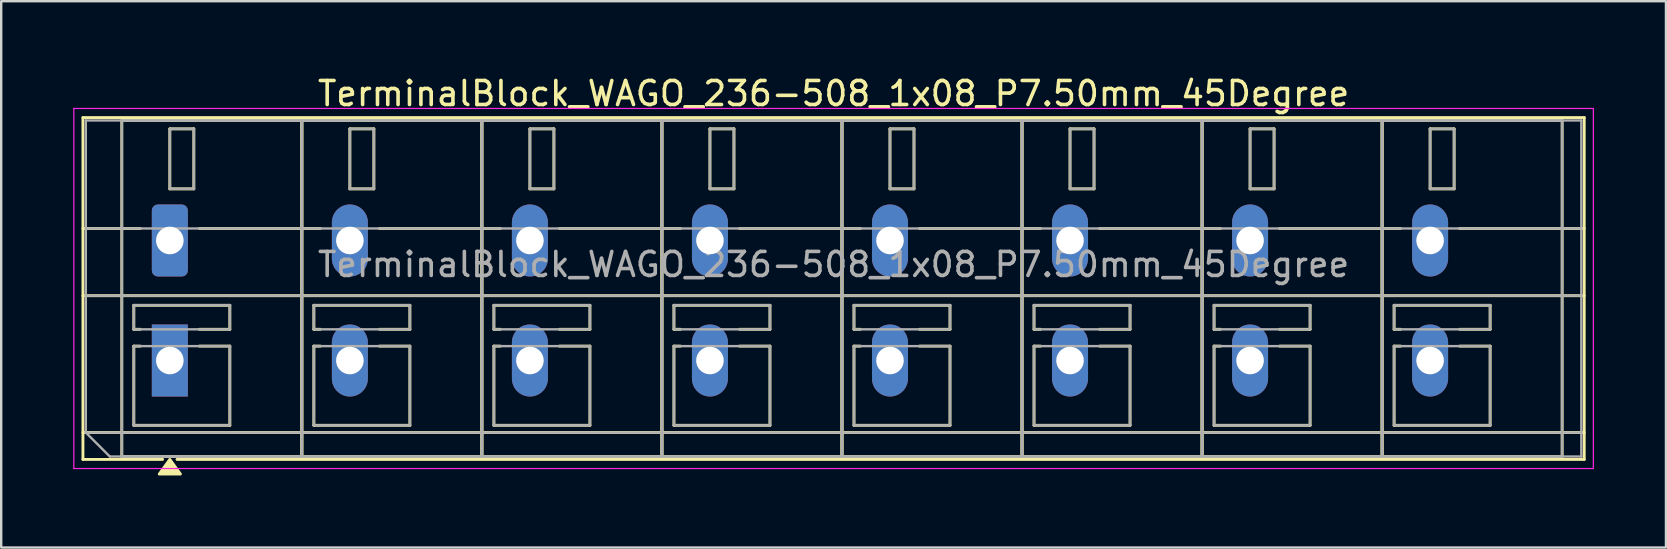
<source format=kicad_pcb>
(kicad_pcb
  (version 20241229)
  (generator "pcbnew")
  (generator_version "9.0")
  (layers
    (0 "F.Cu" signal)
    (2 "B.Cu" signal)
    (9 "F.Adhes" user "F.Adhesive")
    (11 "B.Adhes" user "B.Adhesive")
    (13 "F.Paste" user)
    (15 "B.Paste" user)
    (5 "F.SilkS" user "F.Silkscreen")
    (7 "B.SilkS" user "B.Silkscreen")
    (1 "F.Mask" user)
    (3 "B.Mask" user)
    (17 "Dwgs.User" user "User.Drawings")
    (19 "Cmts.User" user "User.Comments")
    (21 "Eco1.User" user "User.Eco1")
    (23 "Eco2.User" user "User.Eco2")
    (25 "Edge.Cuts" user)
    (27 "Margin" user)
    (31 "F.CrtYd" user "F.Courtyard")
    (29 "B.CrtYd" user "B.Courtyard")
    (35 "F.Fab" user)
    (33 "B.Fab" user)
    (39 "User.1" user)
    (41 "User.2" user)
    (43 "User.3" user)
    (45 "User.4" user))
  (footprint "TerminalBlock_WAGO_236-508_1x08_P7.50mm_45Degree"
    (layer "F.Cu")
    (at 4.025 6.968)
    (property "Reference" "TerminalBlock_WAGO_236-508_1x08_P7.50mm_45Degree" (at 27.65 -6.12 0) (layer "F.SilkS") (effects (font (size 1 1) (thickness 0.15))))
    (attr through_hole)
    (fp_line (start -3.62 -5.12) (end -3.62 9.12) (stroke (width 0.12) (type solid)) (layer "F.SilkS"))
    (fp_line (start -3.62 -5.12) (end 58.92 -5.12) (stroke (width 0.12) (type solid)) (layer "F.SilkS"))
    (fp_line (start -3.62 -0.5) (end -1.23 -0.5) (stroke (width 0.12) (type solid)) (layer "F.SilkS"))
    (fp_line (start -3.62 2.3) (end 58.92 2.3) (stroke (width 0.12) (type solid)) (layer "F.SilkS"))
    (fp_line (start -3.62 8) (end 58.92 8) (stroke (width 0.12) (type solid)) (layer "F.SilkS"))
    (fp_line (start -3.62 9.12) (end -0.3 9.12) (stroke (width 0.12) (type solid)) (layer "F.SilkS"))
    (fp_line (start -2 -5) (end -2 9) (stroke (width 0.12) (type solid)) (layer "F.SilkS"))
    (fp_line (start -2 -5) (end 5.5 -5) (stroke (width 0.12) (type solid)) (layer "F.SilkS"))
    (fp_line (start -2 9) (end 5.5 9) (stroke (width 0.12) (type solid)) (layer "F.SilkS"))
    (fp_line (start -1.5 2.7) (end -1.5 3.7) (stroke (width 0.12) (type solid)) (layer "F.SilkS"))
    (fp_line (start -1.5 2.7) (end 2.5 2.7) (stroke (width 0.12) (type solid)) (layer "F.SilkS"))
    (fp_line (start -1.5 3.7) (end -1.23 3.7) (stroke (width 0.12) (type solid)) (layer "F.SilkS"))
    (fp_line (start -1.5 4.4) (end -1.5 7.7) (stroke (width 0.12) (type solid)) (layer "F.SilkS"))
    (fp_line (start -1.5 4.4) (end -1.23 4.4) (stroke (width 0.12) (type solid)) (layer "F.SilkS"))
    (fp_line (start -1.5 7.7) (end 2.5 7.7) (stroke (width 0.12) (type solid)) (layer "F.SilkS"))
    (fp_line (start 0 -4.65) (end 0 -2.15) (stroke (width 0.12) (type solid)) (layer "F.SilkS"))
    (fp_line (start 0 -4.65) (end 1 -4.65) (stroke (width 0.12) (type solid)) (layer "F.SilkS"))
    (fp_line (start 0 -2.15) (end 1 -2.15) (stroke (width 0.12) (type solid)) (layer "F.SilkS"))
    (fp_line (start 0.3 9.12) (end 58.92 9.12) (stroke (width 0.12) (type solid)) (layer "F.SilkS"))
    (fp_line (start 1 -4.65) (end 1 -2.15) (stroke (width 0.12) (type solid)) (layer "F.SilkS"))
    (fp_line (start 1.23 -0.5) (end 6.27 -0.5) (stroke (width 0.12) (type solid)) (layer "F.SilkS"))
    (fp_line (start 1.23 3.7) (end 2.5 3.7) (stroke (width 0.12) (type solid)) (layer "F.SilkS"))
    (fp_line (start 1.23 4.4) (end 2.5 4.4) (stroke (width 0.12) (type solid)) (layer "F.SilkS"))
    (fp_line (start 2.5 2.7) (end 2.5 3.7) (stroke (width 0.12) (type solid)) (layer "F.SilkS"))
    (fp_line (start 2.5 4.4) (end 2.5 7.7) (stroke (width 0.12) (type solid)) (layer "F.SilkS"))
    (fp_line (start 5.5 -5) (end 5.5 9) (stroke (width 0.12) (type solid)) (layer "F.SilkS"))
    (fp_line (start 5.5 -5) (end 5.5 9) (stroke (width 0.12) (type solid)) (layer "F.SilkS"))
    (fp_line (start 5.5 -5) (end 13 -5) (stroke (width 0.12) (type solid)) (layer "F.SilkS"))
    (fp_line (start 5.5 9) (end 13 9) (stroke (width 0.12) (type solid)) (layer "F.SilkS"))
    (fp_line (start 6 2.7) (end 6 3.7) (stroke (width 0.12) (type solid)) (layer "F.SilkS"))
    (fp_line (start 6 2.7) (end 10 2.7) (stroke (width 0.12) (type solid)) (layer "F.SilkS"))
    (fp_line (start 6 3.7) (end 6.27 3.7) (stroke (width 0.12) (type solid)) (layer "F.SilkS"))
    (fp_line (start 6 4.4) (end 6 7.7) (stroke (width 0.12) (type solid)) (layer "F.SilkS"))
    (fp_line (start 6 4.4) (end 6.27 4.4) (stroke (width 0.12) (type solid)) (layer "F.SilkS"))
    (fp_line (start 6 7.7) (end 10 7.7) (stroke (width 0.12) (type solid)) (layer "F.SilkS"))
    (fp_line (start 7.5 -4.65) (end 7.5 -2.15) (stroke (width 0.12) (type solid)) (layer "F.SilkS"))
    (fp_line (start 7.5 -4.65) (end 8.5 -4.65) (stroke (width 0.12) (type solid)) (layer "F.SilkS"))
    (fp_line (start 7.5 -2.15) (end 8.5 -2.15) (stroke (width 0.12) (type solid)) (layer "F.SilkS"))
    (fp_line (start 8.5 -4.65) (end 8.5 -2.15) (stroke (width 0.12) (type solid)) (layer "F.SilkS"))
    (fp_line (start 8.73 -0.5) (end 13.77 -0.5) (stroke (width 0.12) (type solid)) (layer "F.SilkS"))
    (fp_line (start 8.73 3.7) (end 10 3.7) (stroke (width 0.12) (type solid)) (layer "F.SilkS"))
    (fp_line (start 8.73 4.4) (end 10 4.4) (stroke (width 0.12) (type solid)) (layer "F.SilkS"))
    (fp_line (start 10 2.7) (end 10 3.7) (stroke (width 0.12) (type solid)) (layer "F.SilkS"))
    (fp_line (start 10 4.4) (end 10 7.7) (stroke (width 0.12) (type solid)) (layer "F.SilkS"))
    (fp_line (start 13 -5) (end 13 9) (stroke (width 0.12) (type solid)) (layer "F.SilkS"))
    (fp_line (start 13 -5) (end 13 9) (stroke (width 0.12) (type solid)) (layer "F.SilkS"))
    (fp_line (start 13 -5) (end 20.5 -5) (stroke (width 0.12) (type solid)) (layer "F.SilkS"))
    (fp_line (start 13 9) (end 20.5 9) (stroke (width 0.12) (type solid)) (layer "F.SilkS"))
    (fp_line (start 13.5 2.7) (end 13.5 3.7) (stroke (width 0.12) (type solid)) (layer "F.SilkS"))
    (fp_line (start 13.5 2.7) (end 17.5 2.7) (stroke (width 0.12) (type solid)) (layer "F.SilkS"))
    (fp_line (start 13.5 3.7) (end 13.77 3.7) (stroke (width 0.12) (type solid)) (layer "F.SilkS"))
    (fp_line (start 13.5 4.4) (end 13.5 7.7) (stroke (width 0.12) (type solid)) (layer "F.SilkS"))
    (fp_line (start 13.5 4.4) (end 13.77 4.4) (stroke (width 0.12) (type solid)) (layer "F.SilkS"))
    (fp_line (start 13.5 7.7) (end 17.5 7.7) (stroke (width 0.12) (type solid)) (layer "F.SilkS"))
    (fp_line (start 15 -4.65) (end 15 -2.15) (stroke (width 0.12) (type solid)) (layer "F.SilkS"))
    (fp_line (start 15 -4.65) (end 16 -4.65) (stroke (width 0.12) (type solid)) (layer "F.SilkS"))
    (fp_line (start 15 -2.15) (end 16 -2.15) (stroke (width 0.12) (type solid)) (layer "F.SilkS"))
    (fp_line (start 16 -4.65) (end 16 -2.15) (stroke (width 0.12) (type solid)) (layer "F.SilkS"))
    (fp_line (start 16.23 -0.5) (end 21.27 -0.5) (stroke (width 0.12) (type solid)) (layer "F.SilkS"))
    (fp_line (start 16.23 3.7) (end 17.5 3.7) (stroke (width 0.12) (type solid)) (layer "F.SilkS"))
    (fp_line (start 16.23 4.4) (end 17.5 4.4) (stroke (width 0.12) (type solid)) (layer "F.SilkS"))
    (fp_line (start 17.5 2.7) (end 17.5 3.7) (stroke (width 0.12) (type solid)) (layer "F.SilkS"))
    (fp_line (start 17.5 4.4) (end 17.5 7.7) (stroke (width 0.12) (type solid)) (layer "F.SilkS"))
    (fp_line (start 20.5 -5) (end 20.5 9) (stroke (width 0.12) (type solid)) (layer "F.SilkS"))
    (fp_line (start 20.5 -5) (end 20.5 9) (stroke (width 0.12) (type solid)) (layer "F.SilkS"))
    (fp_line (start 20.5 -5) (end 28 -5) (stroke (width 0.12) (type solid)) (layer "F.SilkS"))
    (fp_line (start 20.5 9) (end 28 9) (stroke (width 0.12) (type solid)) (layer "F.SilkS"))
    (fp_line (start 21 2.7) (end 21 3.7) (stroke (width 0.12) (type solid)) (layer "F.SilkS"))
    (fp_line (start 21 2.7) (end 25 2.7) (stroke (width 0.12) (type solid)) (layer "F.SilkS"))
    (fp_line (start 21 3.7) (end 21.27 3.7) (stroke (width 0.12) (type solid)) (layer "F.SilkS"))
    (fp_line (start 21 4.4) (end 21 7.7) (stroke (width 0.12) (type solid)) (layer "F.SilkS"))
    (fp_line (start 21 4.4) (end 21.27 4.4) (stroke (width 0.12) (type solid)) (layer "F.SilkS"))
    (fp_line (start 21 7.7) (end 25 7.7) (stroke (width 0.12) (type solid)) (layer "F.SilkS"))
    (fp_line (start 22.5 -4.65) (end 22.5 -2.15) (stroke (width 0.12) (type solid)) (layer "F.SilkS"))
    (fp_line (start 22.5 -4.65) (end 23.5 -4.65) (stroke (width 0.12) (type solid)) (layer "F.SilkS"))
    (fp_line (start 22.5 -2.15) (end 23.5 -2.15) (stroke (width 0.12) (type solid)) (layer "F.SilkS"))
    (fp_line (start 23.5 -4.65) (end 23.5 -2.15) (stroke (width 0.12) (type solid)) (layer "F.SilkS"))
    (fp_line (start 23.73 -0.5) (end 28.77 -0.5) (stroke (width 0.12) (type solid)) (layer "F.SilkS"))
    (fp_line (start 23.73 3.7) (end 25 3.7) (stroke (width 0.12) (type solid)) (layer "F.SilkS"))
    (fp_line (start 23.73 4.4) (end 25 4.4) (stroke (width 0.12) (type solid)) (layer "F.SilkS"))
    (fp_line (start 25 2.7) (end 25 3.7) (stroke (width 0.12) (type solid)) (layer "F.SilkS"))
    (fp_line (start 25 4.4) (end 25 7.7) (stroke (width 0.12) (type solid)) (layer "F.SilkS"))
    (fp_line (start 28 -5) (end 28 9) (stroke (width 0.12) (type solid)) (layer "F.SilkS"))
    (fp_line (start 28 -5) (end 28 9) (stroke (width 0.12) (type solid)) (layer "F.SilkS"))
    (fp_line (start 28 -5) (end 35.5 -5) (stroke (width 0.12) (type solid)) (layer "F.SilkS"))
    (fp_line (start 28 9) (end 35.5 9) (stroke (width 0.12) (type solid)) (layer "F.SilkS"))
    (fp_line (start 28.5 2.7) (end 28.5 3.7) (stroke (width 0.12) (type solid)) (layer "F.SilkS"))
    (fp_line (start 28.5 2.7) (end 32.5 2.7) (stroke (width 0.12) (type solid)) (layer "F.SilkS"))
    (fp_line (start 28.5 3.7) (end 28.77 3.7) (stroke (width 0.12) (type solid)) (layer "F.SilkS"))
    (fp_line (start 28.5 4.4) (end 28.5 7.7) (stroke (width 0.12) (type solid)) (layer "F.SilkS"))
    (fp_line (start 28.5 4.4) (end 28.77 4.4) (stroke (width 0.12) (type solid)) (layer "F.SilkS"))
    (fp_line (start 28.5 7.7) (end 32.5 7.7) (stroke (width 0.12) (type solid)) (layer "F.SilkS"))
    (fp_line (start 30 -4.65) (end 30 -2.15) (stroke (width 0.12) (type solid)) (layer "F.SilkS"))
    (fp_line (start 30 -4.65) (end 31 -4.65) (stroke (width 0.12) (type solid)) (layer "F.SilkS"))
    (fp_line (start 30 -2.15) (end 31 -2.15) (stroke (width 0.12) (type solid)) (layer "F.SilkS"))
    (fp_line (start 31 -4.65) (end 31 -2.15) (stroke (width 0.12) (type solid)) (layer "F.SilkS"))
    (fp_line (start 31.23 -0.5) (end 36.27 -0.5) (stroke (width 0.12) (type solid)) (layer "F.SilkS"))
    (fp_line (start 31.23 3.7) (end 32.5 3.7) (stroke (width 0.12) (type solid)) (layer "F.SilkS"))
    (fp_line (start 31.23 4.4) (end 32.5 4.4) (stroke (width 0.12) (type solid)) (layer "F.SilkS"))
    (fp_line (start 32.5 2.7) (end 32.5 3.7) (stroke (width 0.12) (type solid)) (layer "F.SilkS"))
    (fp_line (start 32.5 4.4) (end 32.5 7.7) (stroke (width 0.12) (type solid)) (layer "F.SilkS"))
    (fp_line (start 35.5 -5) (end 35.5 9) (stroke (width 0.12) (type solid)) (layer "F.SilkS"))
    (fp_line (start 35.5 -5) (end 35.5 9) (stroke (width 0.12) (type solid)) (layer "F.SilkS"))
    (fp_line (start 35.5 -5) (end 43 -5) (stroke (width 0.12) (type solid)) (layer "F.SilkS"))
    (fp_line (start 35.5 9) (end 43 9) (stroke (width 0.12) (type solid)) (layer "F.SilkS"))
    (fp_line (start 36 2.7) (end 36 3.7) (stroke (width 0.12) (type solid)) (layer "F.SilkS"))
    (fp_line (start 36 2.7) (end 40 2.7) (stroke (width 0.12) (type solid)) (layer "F.SilkS"))
    (fp_line (start 36 3.7) (end 36.27 3.7) (stroke (width 0.12) (type solid)) (layer "F.SilkS"))
    (fp_line (start 36 4.4) (end 36 7.7) (stroke (width 0.12) (type solid)) (layer "F.SilkS"))
    (fp_line (start 36 4.4) (end 36.27 4.4) (stroke (width 0.12) (type solid)) (layer "F.SilkS"))
    (fp_line (start 36 7.7) (end 40 7.7) (stroke (width 0.12) (type solid)) (layer "F.SilkS"))
    (fp_line (start 37.5 -4.65) (end 37.5 -2.15) (stroke (width 0.12) (type solid)) (layer "F.SilkS"))
    (fp_line (start 37.5 -4.65) (end 38.5 -4.65) (stroke (width 0.12) (type solid)) (layer "F.SilkS"))
    (fp_line (start 37.5 -2.15) (end 38.5 -2.15) (stroke (width 0.12) (type solid)) (layer "F.SilkS"))
    (fp_line (start 38.5 -4.65) (end 38.5 -2.15) (stroke (width 0.12) (type solid)) (layer "F.SilkS"))
    (fp_line (start 38.73 -0.5) (end 43.77 -0.5) (stroke (width 0.12) (type solid)) (layer "F.SilkS"))
    (fp_line (start 38.73 3.7) (end 40 3.7) (stroke (width 0.12) (type solid)) (layer "F.SilkS"))
    (fp_line (start 38.73 4.4) (end 40 4.4) (stroke (width 0.12) (type solid)) (layer "F.SilkS"))
    (fp_line (start 40 2.7) (end 40 3.7) (stroke (width 0.12) (type solid)) (layer "F.SilkS"))
    (fp_line (start 40 4.4) (end 40 7.7) (stroke (width 0.12) (type solid)) (layer "F.SilkS"))
    (fp_line (start 43 -5) (end 43 9) (stroke (width 0.12) (type solid)) (layer "F.SilkS"))
    (fp_line (start 43 -5) (end 43 9) (stroke (width 0.12) (type solid)) (layer "F.SilkS"))
    (fp_line (start 43 -5) (end 50.5 -5) (stroke (width 0.12) (type solid)) (layer "F.SilkS"))
    (fp_line (start 43 9) (end 50.5 9) (stroke (width 0.12) (type solid)) (layer "F.SilkS"))
    (fp_line (start 43.5 2.7) (end 43.5 3.7) (stroke (width 0.12) (type solid)) (layer "F.SilkS"))
    (fp_line (start 43.5 2.7) (end 47.5 2.7) (stroke (width 0.12) (type solid)) (layer "F.SilkS"))
    (fp_line (start 43.5 3.7) (end 43.77 3.7) (stroke (width 0.12) (type solid)) (layer "F.SilkS"))
    (fp_line (start 43.5 4.4) (end 43.5 7.7) (stroke (width 0.12) (type solid)) (layer "F.SilkS"))
    (fp_line (start 43.5 4.4) (end 43.77 4.4) (stroke (width 0.12) (type solid)) (layer "F.SilkS"))
    (fp_line (start 43.5 7.7) (end 47.5 7.7) (stroke (width 0.12) (type solid)) (layer "F.SilkS"))
    (fp_line (start 45 -4.65) (end 45 -2.15) (stroke (width 0.12) (type solid)) (layer "F.SilkS"))
    (fp_line (start 45 -4.65) (end 46 -4.65) (stroke (width 0.12) (type solid)) (layer "F.SilkS"))
    (fp_line (start 45 -2.15) (end 46 -2.15) (stroke (width 0.12) (type solid)) (layer "F.SilkS"))
    (fp_line (start 46 -4.65) (end 46 -2.15) (stroke (width 0.12) (type solid)) (layer "F.SilkS"))
    (fp_line (start 46.23 -0.5) (end 51.27 -0.5) (stroke (width 0.12) (type solid)) (layer "F.SilkS"))
    (fp_line (start 46.23 3.7) (end 47.5 3.7) (stroke (width 0.12) (type solid)) (layer "F.SilkS"))
    (fp_line (start 46.23 4.4) (end 47.5 4.4) (stroke (width 0.12) (type solid)) (layer "F.SilkS"))
    (fp_line (start 47.5 2.7) (end 47.5 3.7) (stroke (width 0.12) (type solid)) (layer "F.SilkS"))
    (fp_line (start 47.5 4.4) (end 47.5 7.7) (stroke (width 0.12) (type solid)) (layer "F.SilkS"))
    (fp_line (start 50.5 -5) (end 50.5 9) (stroke (width 0.12) (type solid)) (layer "F.SilkS"))
    (fp_line (start 50.5 -5) (end 50.5 9) (stroke (width 0.12) (type solid)) (layer "F.SilkS"))
    (fp_line (start 50.5 -5) (end 58 -5) (stroke (width 0.12) (type solid)) (layer "F.SilkS"))
    (fp_line (start 50.5 9) (end 58 9) (stroke (width 0.12) (type solid)) (layer "F.SilkS"))
    (fp_line (start 51 2.7) (end 51 3.7) (stroke (width 0.12) (type solid)) (layer "F.SilkS"))
    (fp_line (start 51 2.7) (end 55 2.7) (stroke (width 0.12) (type solid)) (layer "F.SilkS"))
    (fp_line (start 51 3.7) (end 51.27 3.7) (stroke (width 0.12) (type solid)) (layer "F.SilkS"))
    (fp_line (start 51 4.4) (end 51 7.7) (stroke (width 0.12) (type solid)) (layer "F.SilkS"))
    (fp_line (start 51 4.4) (end 51.27 4.4) (stroke (width 0.12) (type solid)) (layer "F.SilkS"))
    (fp_line (start 51 7.7) (end 55 7.7) (stroke (width 0.12) (type solid)) (layer "F.SilkS"))
    (fp_line (start 52.5 -4.65) (end 52.5 -2.15) (stroke (width 0.12) (type solid)) (layer "F.SilkS"))
    (fp_line (start 52.5 -4.65) (end 53.5 -4.65) (stroke (width 0.12) (type solid)) (layer "F.SilkS"))
    (fp_line (start 52.5 -2.15) (end 53.5 -2.15) (stroke (width 0.12) (type solid)) (layer "F.SilkS"))
    (fp_line (start 53.5 -4.65) (end 53.5 -2.15) (stroke (width 0.12) (type solid)) (layer "F.SilkS"))
    (fp_line (start 53.73 -0.5) (end 58.92 -0.5) (stroke (width 0.12) (type solid)) (layer "F.SilkS"))
    (fp_line (start 53.73 3.7) (end 55 3.7) (stroke (width 0.12) (type solid)) (layer "F.SilkS"))
    (fp_line (start 53.73 4.4) (end 55 4.4) (stroke (width 0.12) (type solid)) (layer "F.SilkS"))
    (fp_line (start 55 2.7) (end 55 3.7) (stroke (width 0.12) (type solid)) (layer "F.SilkS"))
    (fp_line (start 55 4.4) (end 55 7.7) (stroke (width 0.12) (type solid)) (layer "F.SilkS"))
    (fp_line (start 58 -5) (end 58 9) (stroke (width 0.12) (type solid)) (layer "F.SilkS"))
    (fp_line (start 58.92 -5.12) (end 58.92 9.12) (stroke (width 0.12) (type solid)) (layer "F.SilkS"))
    (fp_poly (pts (xy 0 9.12) (xy 0.44 9.73) (xy -0.44 9.73)) (stroke (width 0.12) (type solid)) (fill yes) (layer "F.SilkS"))
    (fp_line (start -4 -5.5) (end -4 9.5) (stroke (width 0.05) (type solid)) (layer "F.CrtYd"))
    (fp_line (start -4 9.5) (end 59.3 9.5) (stroke (width 0.05) (type solid)) (layer "F.CrtYd"))
    (fp_line (start 59.3 -5.5) (end -4 -5.5) (stroke (width 0.05) (type solid)) (layer "F.CrtYd"))
    (fp_line (start 59.3 9.5) (end 59.3 -5.5) (stroke (width 0.05) (type solid)) (layer "F.CrtYd"))
    (fp_line (start -3.5 -5) (end 58.8 -5) (stroke (width 0.1) (type solid)) (layer "F.Fab"))
    (fp_line (start -3.5 -0.5) (end 58.8 -0.5) (stroke (width 0.1) (type solid)) (layer "F.Fab"))
    (fp_line (start -3.5 2.3) (end 58.8 2.3) (stroke (width 0.1) (type solid)) (layer "F.Fab"))
    (fp_line (start -3.5 8) (end -3.5 -5) (stroke (width 0.1) (type solid)) (layer "F.Fab"))
    (fp_line (start -3.5 8) (end 58.8 8) (stroke (width 0.1) (type solid)) (layer "F.Fab"))
    (fp_line (start -2.5 9) (end -3.5 8) (stroke (width 0.1) (type solid)) (layer "F.Fab"))
    (fp_line (start -2 -5) (end -2 9) (stroke (width 0.1) (type solid)) (layer "F.Fab"))
    (fp_line (start -2 9) (end 5.5 9) (stroke (width 0.1) (type solid)) (layer "F.Fab"))
    (fp_line (start -1.5 2.7) (end -1.5 3.7) (stroke (width 0.1) (type solid)) (layer "F.Fab"))
    (fp_line (start -1.5 3.7) (end 2.5 3.7) (stroke (width 0.1) (type solid)) (layer "F.Fab"))
    (fp_line (start -1.5 4.4) (end -1.5 7.7) (stroke (width 0.1) (type solid)) (layer "F.Fab"))
    (fp_line (start -1.5 7.7) (end 2.5 7.7) (stroke (width 0.1) (type solid)) (layer "F.Fab"))
    (fp_line (start 0 -4.65) (end 0 -2.15) (stroke (width 0.1) (type solid)) (layer "F.Fab"))
    (fp_line (start 0 -2.15) (end 1 -2.15) (stroke (width 0.1) (type solid)) (layer "F.Fab"))
    (fp_line (start 1 -4.65) (end 0 -4.65) (stroke (width 0.1) (type solid)) (layer "F.Fab"))
    (fp_line (start 1 -2.15) (end 1 -4.65) (stroke (width 0.1) (type solid)) (layer "F.Fab"))
    (fp_line (start 2.5 2.7) (end -1.5 2.7) (stroke (width 0.1) (type solid)) (layer "F.Fab"))
    (fp_line (start 2.5 3.7) (end 2.5 2.7) (stroke (width 0.1) (type solid)) (layer "F.Fab"))
    (fp_line (start 2.5 4.4) (end -1.5 4.4) (stroke (width 0.1) (type solid)) (layer "F.Fab"))
    (fp_line (start 2.5 7.7) (end 2.5 4.4) (stroke (width 0.1) (type solid)) (layer "F.Fab"))
    (fp_line (start 5.5 -5) (end -2 -5) (stroke (width 0.1) (type solid)) (layer "F.Fab"))
    (fp_line (start 5.5 -5) (end 5.5 9) (stroke (width 0.1) (type solid)) (layer "F.Fab"))
    (fp_line (start 5.5 9) (end 5.5 -5) (stroke (width 0.1) (type solid)) (layer "F.Fab"))
    (fp_line (start 5.5 9) (end 13 9) (stroke (width 0.1) (type solid)) (layer "F.Fab"))
    (fp_line (start 6 2.7) (end 6 3.7) (stroke (width 0.1) (type solid)) (layer "F.Fab"))
    (fp_line (start 6 3.7) (end 10 3.7) (stroke (width 0.1) (type solid)) (layer "F.Fab"))
    (fp_line (start 6 4.4) (end 6 7.7) (stroke (width 0.1) (type solid)) (layer "F.Fab"))
    (fp_line (start 6 7.7) (end 10 7.7) (stroke (width 0.1) (type solid)) (layer "F.Fab"))
    (fp_line (start 7.5 -4.65) (end 7.5 -2.15) (stroke (width 0.1) (type solid)) (layer "F.Fab"))
    (fp_line (start 7.5 -2.15) (end 8.5 -2.15) (stroke (width 0.1) (type solid)) (layer "F.Fab"))
    (fp_line (start 8.5 -4.65) (end 7.5 -4.65) (stroke (width 0.1) (type solid)) (layer "F.Fab"))
    (fp_line (start 8.5 -2.15) (end 8.5 -4.65) (stroke (width 0.1) (type solid)) (layer "F.Fab"))
    (fp_line (start 10 2.7) (end 6 2.7) (stroke (width 0.1) (type solid)) (layer "F.Fab"))
    (fp_line (start 10 3.7) (end 10 2.7) (stroke (width 0.1) (type solid)) (layer "F.Fab"))
    (fp_line (start 10 4.4) (end 6 4.4) (stroke (width 0.1) (type solid)) (layer "F.Fab"))
    (fp_line (start 10 7.7) (end 10 4.4) (stroke (width 0.1) (type solid)) (layer "F.Fab"))
    (fp_line (start 13 -5) (end 5.5 -5) (stroke (width 0.1) (type solid)) (layer "F.Fab"))
    (fp_line (start 13 -5) (end 13 9) (stroke (width 0.1) (type solid)) (layer "F.Fab"))
    (fp_line (start 13 9) (end 13 -5) (stroke (width 0.1) (type solid)) (layer "F.Fab"))
    (fp_line (start 13 9) (end 20.5 9) (stroke (width 0.1) (type solid)) (layer "F.Fab"))
    (fp_line (start 13.5 2.7) (end 13.5 3.7) (stroke (width 0.1) (type solid)) (layer "F.Fab"))
    (fp_line (start 13.5 3.7) (end 17.5 3.7) (stroke (width 0.1) (type solid)) (layer "F.Fab"))
    (fp_line (start 13.5 4.4) (end 13.5 7.7) (stroke (width 0.1) (type solid)) (layer "F.Fab"))
    (fp_line (start 13.5 7.7) (end 17.5 7.7) (stroke (width 0.1) (type solid)) (layer "F.Fab"))
    (fp_line (start 15 -4.65) (end 15 -2.15) (stroke (width 0.1) (type solid)) (layer "F.Fab"))
    (fp_line (start 15 -2.15) (end 16 -2.15) (stroke (width 0.1) (type solid)) (layer "F.Fab"))
    (fp_line (start 16 -4.65) (end 15 -4.65) (stroke (width 0.1) (type solid)) (layer "F.Fab"))
    (fp_line (start 16 -2.15) (end 16 -4.65) (stroke (width 0.1) (type solid)) (layer "F.Fab"))
    (fp_line (start 17.5 2.7) (end 13.5 2.7) (stroke (width 0.1) (type solid)) (layer "F.Fab"))
    (fp_line (start 17.5 3.7) (end 17.5 2.7) (stroke (width 0.1) (type solid)) (layer "F.Fab"))
    (fp_line (start 17.5 4.4) (end 13.5 4.4) (stroke (width 0.1) (type solid)) (layer "F.Fab"))
    (fp_line (start 17.5 7.7) (end 17.5 4.4) (stroke (width 0.1) (type solid)) (layer "F.Fab"))
    (fp_line (start 20.5 -5) (end 13 -5) (stroke (width 0.1) (type solid)) (layer "F.Fab"))
    (fp_line (start 20.5 -5) (end 20.5 9) (stroke (width 0.1) (type solid)) (layer "F.Fab"))
    (fp_line (start 20.5 9) (end 20.5 -5) (stroke (width 0.1) (type solid)) (layer "F.Fab"))
    (fp_line (start 20.5 9) (end 28 9) (stroke (width 0.1) (type solid)) (layer "F.Fab"))
    (fp_line (start 21 2.7) (end 21 3.7) (stroke (width 0.1) (type solid)) (layer "F.Fab"))
    (fp_line (start 21 3.7) (end 25 3.7) (stroke (width 0.1) (type solid)) (layer "F.Fab"))
    (fp_line (start 21 4.4) (end 21 7.7) (stroke (width 0.1) (type solid)) (layer "F.Fab"))
    (fp_line (start 21 7.7) (end 25 7.7) (stroke (width 0.1) (type solid)) (layer "F.Fab"))
    (fp_line (start 22.5 -4.65) (end 22.5 -2.15) (stroke (width 0.1) (type solid)) (layer "F.Fab"))
    (fp_line (start 22.5 -2.15) (end 23.5 -2.15) (stroke (width 0.1) (type solid)) (layer "F.Fab"))
    (fp_line (start 23.5 -4.65) (end 22.5 -4.65) (stroke (width 0.1) (type solid)) (layer "F.Fab"))
    (fp_line (start 23.5 -2.15) (end 23.5 -4.65) (stroke (width 0.1) (type solid)) (layer "F.Fab"))
    (fp_line (start 25 2.7) (end 21 2.7) (stroke (width 0.1) (type solid)) (layer "F.Fab"))
    (fp_line (start 25 3.7) (end 25 2.7) (stroke (width 0.1) (type solid)) (layer "F.Fab"))
    (fp_line (start 25 4.4) (end 21 4.4) (stroke (width 0.1) (type solid)) (layer "F.Fab"))
    (fp_line (start 25 7.7) (end 25 4.4) (stroke (width 0.1) (type solid)) (layer "F.Fab"))
    (fp_line (start 28 -5) (end 20.5 -5) (stroke (width 0.1) (type solid)) (layer "F.Fab"))
    (fp_line (start 28 -5) (end 28 9) (stroke (width 0.1) (type solid)) (layer "F.Fab"))
    (fp_line (start 28 9) (end 28 -5) (stroke (width 0.1) (type solid)) (layer "F.Fab"))
    (fp_line (start 28 9) (end 35.5 9) (stroke (width 0.1) (type solid)) (layer "F.Fab"))
    (fp_line (start 28.5 2.7) (end 28.5 3.7) (stroke (width 0.1) (type solid)) (layer "F.Fab"))
    (fp_line (start 28.5 3.7) (end 32.5 3.7) (stroke (width 0.1) (type solid)) (layer "F.Fab"))
    (fp_line (start 28.5 4.4) (end 28.5 7.7) (stroke (width 0.1) (type solid)) (layer "F.Fab"))
    (fp_line (start 28.5 7.7) (end 32.5 7.7) (stroke (width 0.1) (type solid)) (layer "F.Fab"))
    (fp_line (start 30 -4.65) (end 30 -2.15) (stroke (width 0.1) (type solid)) (layer "F.Fab"))
    (fp_line (start 30 -2.15) (end 31 -2.15) (stroke (width 0.1) (type solid)) (layer "F.Fab"))
    (fp_line (start 31 -4.65) (end 30 -4.65) (stroke (width 0.1) (type solid)) (layer "F.Fab"))
    (fp_line (start 31 -2.15) (end 31 -4.65) (stroke (width 0.1) (type solid)) (layer "F.Fab"))
    (fp_line (start 32.5 2.7) (end 28.5 2.7) (stroke (width 0.1) (type solid)) (layer "F.Fab"))
    (fp_line (start 32.5 3.7) (end 32.5 2.7) (stroke (width 0.1) (type solid)) (layer "F.Fab"))
    (fp_line (start 32.5 4.4) (end 28.5 4.4) (stroke (width 0.1) (type solid)) (layer "F.Fab"))
    (fp_line (start 32.5 7.7) (end 32.5 4.4) (stroke (width 0.1) (type solid)) (layer "F.Fab"))
    (fp_line (start 35.5 -5) (end 28 -5) (stroke (width 0.1) (type solid)) (layer "F.Fab"))
    (fp_line (start 35.5 -5) (end 35.5 9) (stroke (width 0.1) (type solid)) (layer "F.Fab"))
    (fp_line (start 35.5 9) (end 35.5 -5) (stroke (width 0.1) (type solid)) (layer "F.Fab"))
    (fp_line (start 35.5 9) (end 43 9) (stroke (width 0.1) (type solid)) (layer "F.Fab"))
    (fp_line (start 36 2.7) (end 36 3.7) (stroke (width 0.1) (type solid)) (layer "F.Fab"))
    (fp_line (start 36 3.7) (end 40 3.7) (stroke (width 0.1) (type solid)) (layer "F.Fab"))
    (fp_line (start 36 4.4) (end 36 7.7) (stroke (width 0.1) (type solid)) (layer "F.Fab"))
    (fp_line (start 36 7.7) (end 40 7.7) (stroke (width 0.1) (type solid)) (layer "F.Fab"))
    (fp_line (start 37.5 -4.65) (end 37.5 -2.15) (stroke (width 0.1) (type solid)) (layer "F.Fab"))
    (fp_line (start 37.5 -2.15) (end 38.5 -2.15) (stroke (width 0.1) (type solid)) (layer "F.Fab"))
    (fp_line (start 38.5 -4.65) (end 37.5 -4.65) (stroke (width 0.1) (type solid)) (layer "F.Fab"))
    (fp_line (start 38.5 -2.15) (end 38.5 -4.65) (stroke (width 0.1) (type solid)) (layer "F.Fab"))
    (fp_line (start 40 2.7) (end 36 2.7) (stroke (width 0.1) (type solid)) (layer "F.Fab"))
    (fp_line (start 40 3.7) (end 40 2.7) (stroke (width 0.1) (type solid)) (layer "F.Fab"))
    (fp_line (start 40 4.4) (end 36 4.4) (stroke (width 0.1) (type solid)) (layer "F.Fab"))
    (fp_line (start 40 7.7) (end 40 4.4) (stroke (width 0.1) (type solid)) (layer "F.Fab"))
    (fp_line (start 43 -5) (end 35.5 -5) (stroke (width 0.1) (type solid)) (layer "F.Fab"))
    (fp_line (start 43 -5) (end 43 9) (stroke (width 0.1) (type solid)) (layer "F.Fab"))
    (fp_line (start 43 9) (end 43 -5) (stroke (width 0.1) (type solid)) (layer "F.Fab"))
    (fp_line (start 43 9) (end 50.5 9) (stroke (width 0.1) (type solid)) (layer "F.Fab"))
    (fp_line (start 43.5 2.7) (end 43.5 3.7) (stroke (width 0.1) (type solid)) (layer "F.Fab"))
    (fp_line (start 43.5 3.7) (end 47.5 3.7) (stroke (width 0.1) (type solid)) (layer "F.Fab"))
    (fp_line (start 43.5 4.4) (end 43.5 7.7) (stroke (width 0.1) (type solid)) (layer "F.Fab"))
    (fp_line (start 43.5 7.7) (end 47.5 7.7) (stroke (width 0.1) (type solid)) (layer "F.Fab"))
    (fp_line (start 45 -4.65) (end 45 -2.15) (stroke (width 0.1) (type solid)) (layer "F.Fab"))
    (fp_line (start 45 -2.15) (end 46 -2.15) (stroke (width 0.1) (type solid)) (layer "F.Fab"))
    (fp_line (start 46 -4.65) (end 45 -4.65) (stroke (width 0.1) (type solid)) (layer "F.Fab"))
    (fp_line (start 46 -2.15) (end 46 -4.65) (stroke (width 0.1) (type solid)) (layer "F.Fab"))
    (fp_line (start 47.5 2.7) (end 43.5 2.7) (stroke (width 0.1) (type solid)) (layer "F.Fab"))
    (fp_line (start 47.5 3.7) (end 47.5 2.7) (stroke (width 0.1) (type solid)) (layer "F.Fab"))
    (fp_line (start 47.5 4.4) (end 43.5 4.4) (stroke (width 0.1) (type solid)) (layer "F.Fab"))
    (fp_line (start 47.5 7.7) (end 47.5 4.4) (stroke (width 0.1) (type solid)) (layer "F.Fab"))
    (fp_line (start 50.5 -5) (end 43 -5) (stroke (width 0.1) (type solid)) (layer "F.Fab"))
    (fp_line (start 50.5 -5) (end 50.5 9) (stroke (width 0.1) (type solid)) (layer "F.Fab"))
    (fp_line (start 50.5 9) (end 50.5 -5) (stroke (width 0.1) (type solid)) (layer "F.Fab"))
    (fp_line (start 50.5 9) (end 58 9) (stroke (width 0.1) (type solid)) (layer "F.Fab"))
    (fp_line (start 51 2.7) (end 51 3.7) (stroke (width 0.1) (type solid)) (layer "F.Fab"))
    (fp_line (start 51 3.7) (end 55 3.7) (stroke (width 0.1) (type solid)) (layer "F.Fab"))
    (fp_line (start 51 4.4) (end 51 7.7) (stroke (width 0.1) (type solid)) (layer "F.Fab"))
    (fp_line (start 51 7.7) (end 55 7.7) (stroke (width 0.1) (type solid)) (layer "F.Fab"))
    (fp_line (start 52.5 -4.65) (end 52.5 -2.15) (stroke (width 0.1) (type solid)) (layer "F.Fab"))
    (fp_line (start 52.5 -2.15) (end 53.5 -2.15) (stroke (width 0.1) (type solid)) (layer "F.Fab"))
    (fp_line (start 53.5 -4.65) (end 52.5 -4.65) (stroke (width 0.1) (type solid)) (layer "F.Fab"))
    (fp_line (start 53.5 -2.15) (end 53.5 -4.65) (stroke (width 0.1) (type solid)) (layer "F.Fab"))
    (fp_line (start 55 2.7) (end 51 2.7) (stroke (width 0.1) (type solid)) (layer "F.Fab"))
    (fp_line (start 55 3.7) (end 55 2.7) (stroke (width 0.1) (type solid)) (layer "F.Fab"))
    (fp_line (start 55 4.4) (end 51 4.4) (stroke (width 0.1) (type solid)) (layer "F.Fab"))
    (fp_line (start 55 7.7) (end 55 4.4) (stroke (width 0.1) (type solid)) (layer "F.Fab"))
    (fp_line (start 58 -5) (end 50.5 -5) (stroke (width 0.1) (type solid)) (layer "F.Fab"))
    (fp_line (start 58 9) (end 58 -5) (stroke (width 0.1) (type solid)) (layer "F.Fab"))
    (fp_line (start 58.8 -5) (end 58.8 9) (stroke (width 0.1) (type solid)) (layer "F.Fab"))
    (fp_line (start 58.8 9) (end -2.5 9) (stroke (width 0.1) (type solid)) (layer "F.Fab"))
    (fp_text user "${REFERENCE}" (at 27.65 1 0) (layer "F.Fab") (effects (font (size 1 1) (thickness 0.15))))
    (pad "1" thru_hole roundrect (at 0 0) (size 1.5 3) (drill 1.15) (layers "*.Cu" "*.Mask") (roundrect_rratio 0.167))
    (pad "1" thru_hole rect (at 0 5) (size 1.5 3) (drill 1.15) (layers "*.Cu" "*.Mask"))
    (pad "2" thru_hole oval (at 7.5 0) (size 1.5 3) (drill 1.15) (layers "*.Cu" "*.Mask"))
    (pad "2" thru_hole oval (at 7.5 5) (size 1.5 3) (drill 1.15) (layers "*.Cu" "*.Mask"))
    (pad "3" thru_hole oval (at 15 0) (size 1.5 3) (drill 1.15) (layers "*.Cu" "*.Mask"))
    (pad "3" thru_hole oval (at 15 5) (size 1.5 3) (drill 1.15) (layers "*.Cu" "*.Mask"))
    (pad "4" thru_hole oval (at 22.5 0) (size 1.5 3) (drill 1.15) (layers "*.Cu" "*.Mask"))
    (pad "4" thru_hole oval (at 22.5 5) (size 1.5 3) (drill 1.15) (layers "*.Cu" "*.Mask"))
    (pad "5" thru_hole oval (at 30 0) (size 1.5 3) (drill 1.15) (layers "*.Cu" "*.Mask"))
    (pad "5" thru_hole oval (at 30 5) (size 1.5 3) (drill 1.15) (layers "*.Cu" "*.Mask"))
    (pad "6" thru_hole oval (at 37.5 0) (size 1.5 3) (drill 1.15) (layers "*.Cu" "*.Mask"))
    (pad "6" thru_hole oval (at 37.5 5) (size 1.5 3) (drill 1.15) (layers "*.Cu" "*.Mask"))
    (pad "7" thru_hole oval (at 45 0) (size 1.5 3) (drill 1.15) (layers "*.Cu" "*.Mask"))
    (pad "7" thru_hole oval (at 45 5) (size 1.5 3) (drill 1.15) (layers "*.Cu" "*.Mask"))
    (pad "8" thru_hole oval (at 52.5 0) (size 1.5 3) (drill 1.15) (layers "*.Cu" "*.Mask"))
    (pad "8" thru_hole oval (at 52.5 5) (size 1.5 3) (drill 1.15) (layers "*.Cu" "*.Mask")))
  (gr_rect
    (start -3 -3)
    (end 66.35 19.758)
    (stroke (width 0.1) (type default))
    (fill no)
    (layer "Edge.Cuts")))
</source>
